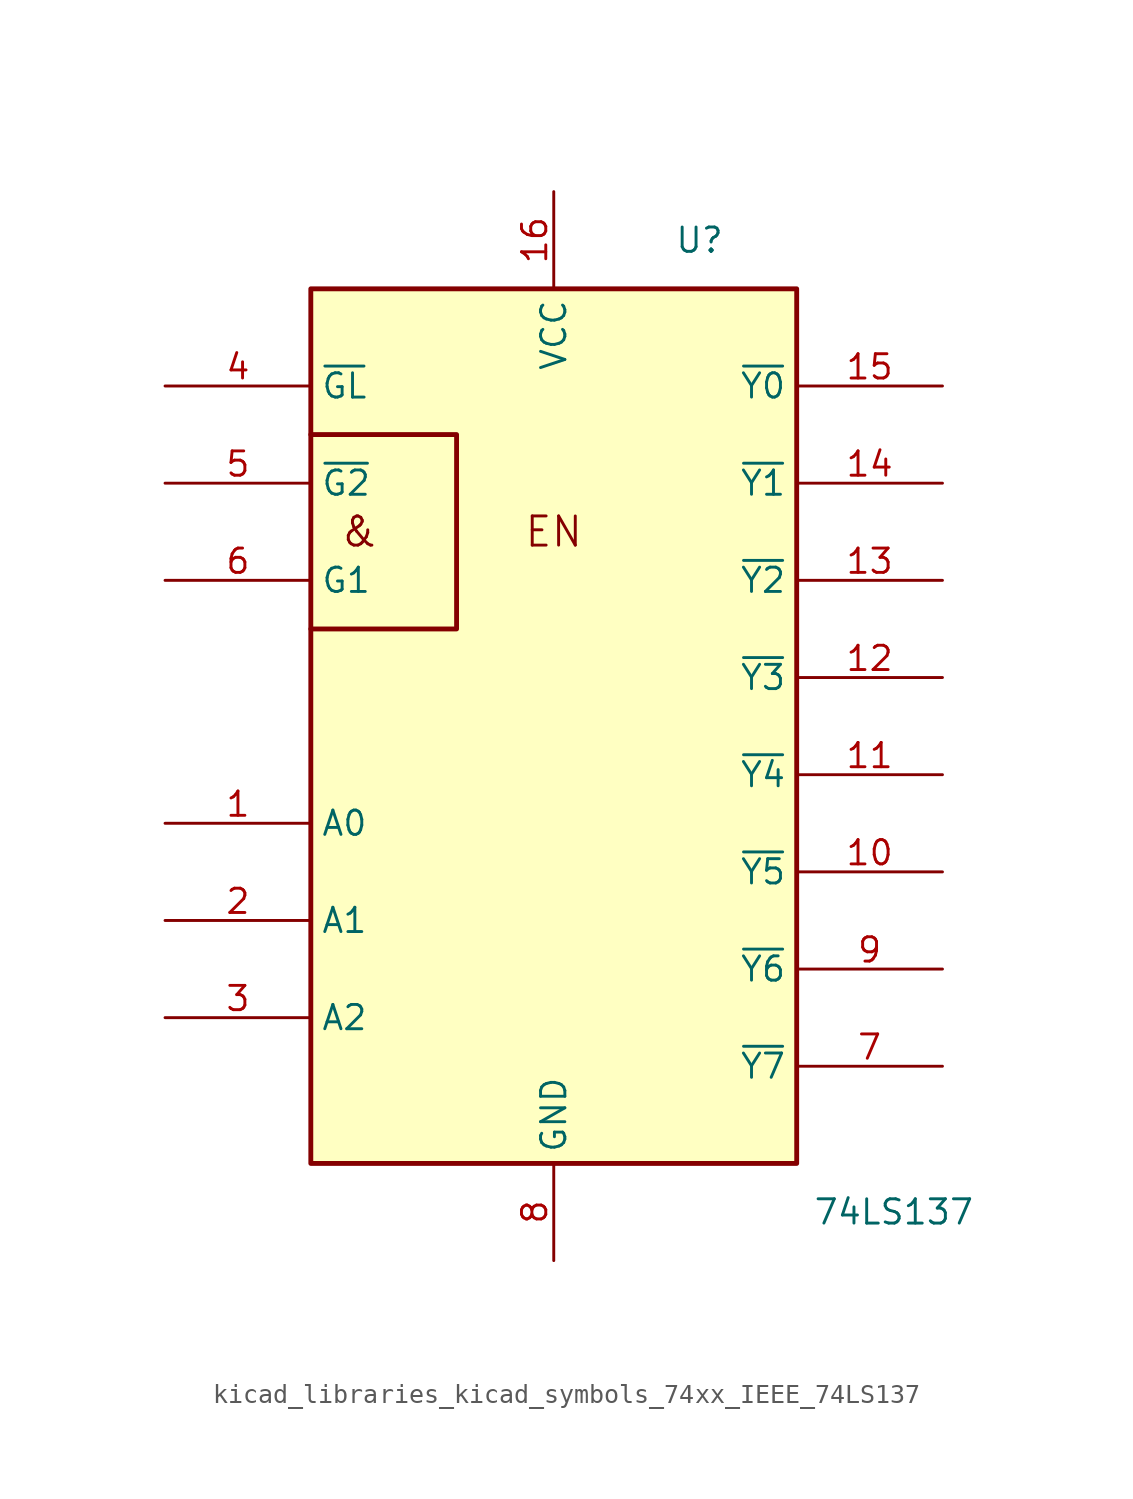
<source format=kicad_sym>
(kicad_symbol_lib
  (version 20220914)
  (generator kicad_symbol_editor)
  (symbol "kicad_libraries_kicad_symbols_74xx_IEEE_74LS137"
    (property "Reference" "U"
      (at 7.62 17.78 0)
      (effects (font (size 1.27 1.27))))
    (property "Value" "74LS137"
      (at 17.78 -33.02 0)
      (effects (font (size 1.27 1.27))))
    (symbol "kicad_libraries_kicad_symbols_74xx_IEEE_74LS137_0_0"
      (polyline (pts (xy -12.7 7.62) (xy -5.08 7.62) (xy -5.08 -2.54) (xy -12.7 -2.54) (xy -12.7 -2.54)) (stroke (width 0.254) (type default)) (fill (type background)))
      (text "&" (at -10.16 2.54 0) (effects (font (size 1.524 1.524))))
      (text "EN" (at 0 2.54 0) (effects (font (size 1.524 1.524))))
      (pin power_in line (at 0 20.32 270) (length 5.08) (name "VCC" (effects (font (size 1.27 1.27)))) (number "16" (effects (font (size 1.27 1.27))))))
    (symbol "kicad_libraries_kicad_symbols_74xx_IEEE_74LS137_0_1"
      (rectangle (start -12.7 15.24) (end 12.7 -30.48) (stroke (width 0.254) (type default)) (fill (type background))))
    (symbol "kicad_libraries_kicad_symbols_74xx_IEEE_74LS137_1_1"
      (pin input line (at -20.32 -12.7 0) (length 7.62) (name "A0" (effects (font (size 1.27 1.27)))) (number "1" (effects (font (size 1.27 1.27)))))
      (pin output line (at 20.32 -15.24 180) (length 7.62) (name "~{Y5}" (effects (font (size 1.27 1.27)))) (number "10" (effects (font (size 1.27 1.27)))))
      (pin output line (at 20.32 -10.16 180) (length 7.62) (name "~{Y4}" (effects (font (size 1.27 1.27)))) (number "11" (effects (font (size 1.27 1.27)))))
      (pin output line (at 20.32 -5.08 180) (length 7.62) (name "~{Y3}" (effects (font (size 1.27 1.27)))) (number "12" (effects (font (size 1.27 1.27)))))
      (pin output line (at 20.32 0 180) (length 7.62) (name "~{Y2}" (effects (font (size 1.27 1.27)))) (number "13" (effects (font (size 1.27 1.27)))))
      (pin output line (at 20.32 5.08 180) (length 7.62) (name "~{Y1}" (effects (font (size 1.27 1.27)))) (number "14" (effects (font (size 1.27 1.27)))))
      (pin output line (at 20.32 10.16 180) (length 7.62) (name "~{Y0}" (effects (font (size 1.27 1.27)))) (number "15" (effects (font (size 1.27 1.27)))))
      (pin input line (at -20.32 -17.78 0) (length 7.62) (name "A1" (effects (font (size 1.27 1.27)))) (number "2" (effects (font (size 1.27 1.27)))))
      (pin input line (at -20.32 -22.86 0) (length 7.62) (name "A2" (effects (font (size 1.27 1.27)))) (number "3" (effects (font (size 1.27 1.27)))))
      (pin input line (at -20.32 10.16 0) (length 7.62) (name "~{GL}" (effects (font (size 1.27 1.27)))) (number "4" (effects (font (size 1.27 1.27)))))
      (pin input line (at -20.32 5.08 0) (length 7.62) (name "~{G2}" (effects (font (size 1.27 1.27)))) (number "5" (effects (font (size 1.27 1.27)))))
      (pin input line (at -20.32 0 0) (length 7.62) (name "G1" (effects (font (size 1.27 1.27)))) (number "6" (effects (font (size 1.27 1.27)))))
      (pin output line (at 20.32 -25.4 180) (length 7.62) (name "~{Y7}" (effects (font (size 1.27 1.27)))) (number "7" (effects (font (size 1.27 1.27)))))
      (pin power_in line (at 0 -35.56 90) (length 5.08) (name "GND" (effects (font (size 1.27 1.27)))) (number "8" (effects (font (size 1.27 1.27)))))
      (pin output line (at 20.32 -20.32 180) (length 7.62) (name "~{Y6}" (effects (font (size 1.27 1.27)))) (number "9" (effects (font (size 1.27 1.27))))))))
</source>
